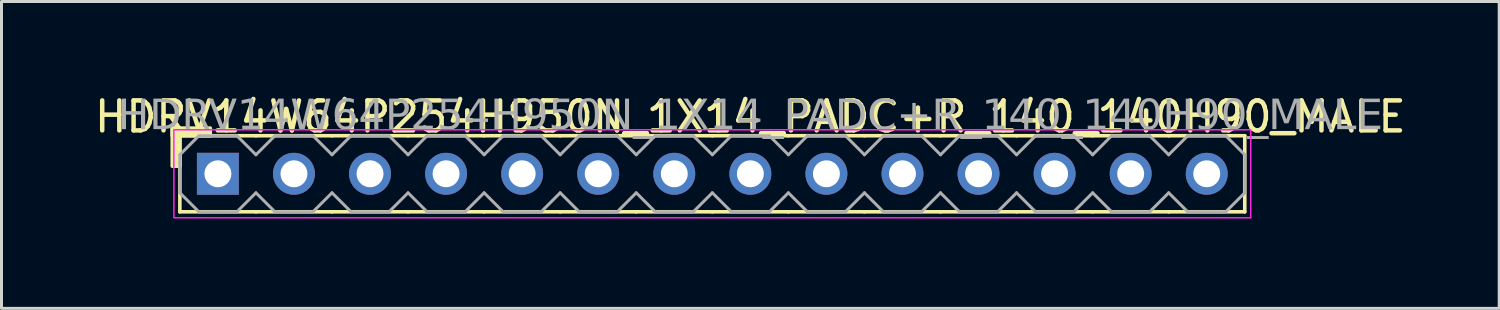
<source format=kicad_pcb>
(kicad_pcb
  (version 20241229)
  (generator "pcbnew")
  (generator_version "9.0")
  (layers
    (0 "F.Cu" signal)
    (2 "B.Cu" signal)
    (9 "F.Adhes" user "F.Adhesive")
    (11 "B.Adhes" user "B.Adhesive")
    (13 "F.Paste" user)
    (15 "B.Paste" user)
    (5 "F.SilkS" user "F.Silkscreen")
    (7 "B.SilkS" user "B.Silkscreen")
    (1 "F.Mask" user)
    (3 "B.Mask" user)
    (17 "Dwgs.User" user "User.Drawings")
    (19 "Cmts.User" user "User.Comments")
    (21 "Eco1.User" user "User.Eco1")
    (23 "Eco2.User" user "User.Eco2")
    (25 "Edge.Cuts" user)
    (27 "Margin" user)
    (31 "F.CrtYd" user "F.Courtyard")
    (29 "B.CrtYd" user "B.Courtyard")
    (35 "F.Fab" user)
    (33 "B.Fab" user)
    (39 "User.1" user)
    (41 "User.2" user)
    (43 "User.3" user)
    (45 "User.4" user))
  (footprint "HDRV14W64P254H950N_1X14_PADC+R_140_140H90_MALE"
    (layer "F.Cu")
    (at 20.736 2.753)
    (property "Reference" "HDRV14W64P254H950N_1X14_PADC+R_140_140H90_MALE" (at 1.27 -1.905 0) (layer "F.SilkS") (effects (font (size 1 1) (thickness 0.15))))
    (attr through_hole)
    (fp_line (start -17.78 1.27) (end -17.78 -1.27) (stroke (width 0.12) (type solid)) (layer "F.SilkS"))
    (fp_line (start -15.24 -1.27) (end -17.78 -1.27) (stroke (width 0.12) (type solid)) (layer "F.SilkS"))
    (fp_line (start -15.24 1.27) (end -17.78 1.27) (stroke (width 0.12) (type solid)) (layer "F.SilkS"))
    (fp_line (start -12.7 -1.27) (end -15.24 -1.27) (stroke (width 0.12) (type solid)) (layer "F.SilkS"))
    (fp_line (start -12.7 1.27) (end -15.24 1.27) (stroke (width 0.12) (type solid)) (layer "F.SilkS"))
    (fp_line (start -10.16 -1.27) (end -12.7 -1.27) (stroke (width 0.12) (type solid)) (layer "F.SilkS"))
    (fp_line (start -10.16 1.27) (end -12.7 1.27) (stroke (width 0.12) (type solid)) (layer "F.SilkS"))
    (fp_line (start -7.62 -1.27) (end -10.16 -1.27) (stroke (width 0.12) (type solid)) (layer "F.SilkS"))
    (fp_line (start -7.62 1.27) (end -10.16 1.27) (stroke (width 0.12) (type solid)) (layer "F.SilkS"))
    (fp_line (start -5.08 -1.27) (end -7.62 -1.27) (stroke (width 0.12) (type solid)) (layer "F.SilkS"))
    (fp_line (start -5.08 1.27) (end -7.62 1.27) (stroke (width 0.12) (type solid)) (layer "F.SilkS"))
    (fp_line (start -2.54 -1.27) (end -5.08 -1.27) (stroke (width 0.12) (type solid)) (layer "F.SilkS"))
    (fp_line (start -2.54 1.27) (end -5.08 1.27) (stroke (width 0.12) (type solid)) (layer "F.SilkS"))
    (fp_line (start 0 -1.27) (end -2.54 -1.27) (stroke (width 0.12) (type solid)) (layer "F.SilkS"))
    (fp_line (start 0 1.27) (end -2.54 1.27) (stroke (width 0.12) (type solid)) (layer "F.SilkS"))
    (fp_line (start 2.54 -1.27) (end 0 -1.27) (stroke (width 0.12) (type solid)) (layer "F.SilkS"))
    (fp_line (start 2.54 1.27) (end 0 1.27) (stroke (width 0.12) (type solid)) (layer "F.SilkS"))
    (fp_line (start 5.08 -1.27) (end 2.54 -1.27) (stroke (width 0.12) (type solid)) (layer "F.SilkS"))
    (fp_line (start 5.08 1.27) (end 2.54 1.27) (stroke (width 0.12) (type solid)) (layer "F.SilkS"))
    (fp_line (start 7.62 -1.27) (end 5.08 -1.27) (stroke (width 0.12) (type solid)) (layer "F.SilkS"))
    (fp_line (start 7.62 1.27) (end 5.08 1.27) (stroke (width 0.12) (type solid)) (layer "F.SilkS"))
    (fp_line (start 10.16 -1.27) (end 7.62 -1.27) (stroke (width 0.12) (type solid)) (layer "F.SilkS"))
    (fp_line (start 10.16 1.27) (end 7.62 1.27) (stroke (width 0.12) (type solid)) (layer "F.SilkS"))
    (fp_line (start 12.7 -1.27) (end 10.16 -1.27) (stroke (width 0.12) (type solid)) (layer "F.SilkS"))
    (fp_line (start 12.7 1.27) (end 10.16 1.27) (stroke (width 0.12) (type solid)) (layer "F.SilkS"))
    (fp_line (start 15.24 -1.27) (end 12.7 -1.27) (stroke (width 0.12) (type solid)) (layer "F.SilkS"))
    (fp_line (start 15.24 1.27) (end 12.7 1.27) (stroke (width 0.12) (type solid)) (layer "F.SilkS"))
    (fp_line (start 17.78 -1.27) (end 15.24 -1.27) (stroke (width 0.12) (type solid)) (layer "F.SilkS"))
    (fp_line (start 17.78 1.27) (end 15.24 1.27) (stroke (width 0.12) (type solid)) (layer "F.SilkS"))
    (fp_line (start 17.78 1.27) (end 17.78 -1.27) (stroke (width 0.12) (type solid)) (layer "F.SilkS"))
    (fp_rect (start -18.034 -0.254) (end -17.78 -1.524) (stroke (width 0.12) (type solid)) (fill yes) (layer "F.SilkS"))
    (fp_rect (start -16.764 -1.27) (end -18.034 -1.524) (stroke (width 0.12) (type solid)) (fill yes) (layer "F.SilkS"))
    (fp_rect (start -17.98 -1.47) (end 17.98 1.47) (stroke (width 0.05) (type default)) (fill no) (layer "F.CrtYd"))
    (fp_line (start -17.78 -0.635) (end -17.78 0.635) (stroke (width 0.1) (type solid)) (layer "F.Fab"))
    (fp_line (start -17.78 -0.635) (end -17.145 -1.27) (stroke (width 0.1) (type solid)) (layer "F.Fab"))
    (fp_line (start -17.145 -1.27) (end -15.875 -1.27) (stroke (width 0.1) (type solid)) (layer "F.Fab"))
    (fp_line (start -17.145 1.27) (end -17.78 0.635) (stroke (width 0.1) (type solid)) (layer "F.Fab"))
    (fp_line (start -15.875 -1.27) (end -15.24 -0.635) (stroke (width 0.1) (type solid)) (layer "F.Fab"))
    (fp_line (start -15.875 1.27) (end -17.145 1.27) (stroke (width 0.1) (type solid)) (layer "F.Fab"))
    (fp_line (start -15.24 -0.635) (end -14.605 -1.27) (stroke (width 0.1) (type solid)) (layer "F.Fab"))
    (fp_line (start -15.24 0.635) (end -15.875 1.27) (stroke (width 0.1) (type solid)) (layer "F.Fab"))
    (fp_line (start -14.605 -1.27) (end -13.335 -1.27) (stroke (width 0.1) (type solid)) (layer "F.Fab"))
    (fp_line (start -14.605 1.27) (end -15.24 0.635) (stroke (width 0.1) (type solid)) (layer "F.Fab"))
    (fp_line (start -13.335 -1.27) (end -12.7 -0.635) (stroke (width 0.1) (type solid)) (layer "F.Fab"))
    (fp_line (start -13.335 1.27) (end -14.605 1.27) (stroke (width 0.1) (type solid)) (layer "F.Fab"))
    (fp_line (start -12.7 -0.635) (end -12.065 -1.27) (stroke (width 0.1) (type solid)) (layer "F.Fab"))
    (fp_line (start -12.7 0.635) (end -13.335 1.27) (stroke (width 0.1) (type solid)) (layer "F.Fab"))
    (fp_line (start -12.065 -1.27) (end -10.795 -1.27) (stroke (width 0.1) (type solid)) (layer "F.Fab"))
    (fp_line (start -12.065 1.27) (end -12.7 0.635) (stroke (width 0.1) (type solid)) (layer "F.Fab"))
    (fp_line (start -10.795 -1.27) (end -10.16 -0.635) (stroke (width 0.1) (type solid)) (layer "F.Fab"))
    (fp_line (start -10.795 1.27) (end -12.065 1.27) (stroke (width 0.1) (type solid)) (layer "F.Fab"))
    (fp_line (start -10.16 -0.635) (end -9.525 -1.27) (stroke (width 0.1) (type solid)) (layer "F.Fab"))
    (fp_line (start -10.16 0.635) (end -10.795 1.27) (stroke (width 0.1) (type solid)) (layer "F.Fab"))
    (fp_line (start -9.525 -1.27) (end -8.255 -1.27) (stroke (width 0.1) (type solid)) (layer "F.Fab"))
    (fp_line (start -9.525 1.27) (end -10.16 0.635) (stroke (width 0.1) (type solid)) (layer "F.Fab"))
    (fp_line (start -8.255 -1.27) (end -7.62 -0.635) (stroke (width 0.1) (type solid)) (layer "F.Fab"))
    (fp_line (start -8.255 1.27) (end -9.525 1.27) (stroke (width 0.1) (type solid)) (layer "F.Fab"))
    (fp_line (start -7.62 -0.635) (end -6.985 -1.27) (stroke (width 0.1) (type solid)) (layer "F.Fab"))
    (fp_line (start -7.62 0.635) (end -8.255 1.27) (stroke (width 0.1) (type solid)) (layer "F.Fab"))
    (fp_line (start -6.985 -1.27) (end -5.715 -1.27) (stroke (width 0.1) (type solid)) (layer "F.Fab"))
    (fp_line (start -6.985 1.27) (end -7.62 0.635) (stroke (width 0.1) (type solid)) (layer "F.Fab"))
    (fp_line (start -5.715 -1.27) (end -5.08 -0.635) (stroke (width 0.1) (type solid)) (layer "F.Fab"))
    (fp_line (start -5.715 1.27) (end -6.985 1.27) (stroke (width 0.1) (type solid)) (layer "F.Fab"))
    (fp_line (start -5.08 -0.635) (end -4.445 -1.27) (stroke (width 0.1) (type solid)) (layer "F.Fab"))
    (fp_line (start -5.08 0.635) (end -5.715 1.27) (stroke (width 0.1) (type solid)) (layer "F.Fab"))
    (fp_line (start -4.445 -1.27) (end -3.175 -1.27) (stroke (width 0.1) (type solid)) (layer "F.Fab"))
    (fp_line (start -4.445 1.27) (end -5.08 0.635) (stroke (width 0.1) (type solid)) (layer "F.Fab"))
    (fp_line (start -3.175 -1.27) (end -2.54 -0.635) (stroke (width 0.1) (type solid)) (layer "F.Fab"))
    (fp_line (start -3.175 1.27) (end -4.445 1.27) (stroke (width 0.1) (type solid)) (layer "F.Fab"))
    (fp_line (start -2.54 -0.635) (end -1.905 -1.27) (stroke (width 0.1) (type solid)) (layer "F.Fab"))
    (fp_line (start -2.54 0.635) (end -3.175 1.27) (stroke (width 0.1) (type solid)) (layer "F.Fab"))
    (fp_line (start -1.905 -1.27) (end -0.635 -1.27) (stroke (width 0.1) (type solid)) (layer "F.Fab"))
    (fp_line (start -1.905 1.27) (end -2.54 0.635) (stroke (width 0.1) (type solid)) (layer "F.Fab"))
    (fp_line (start -0.635 -1.27) (end 0 -0.635) (stroke (width 0.1) (type solid)) (layer "F.Fab"))
    (fp_line (start -0.635 1.27) (end -1.905 1.27) (stroke (width 0.1) (type solid)) (layer "F.Fab"))
    (fp_line (start 0 -0.635) (end 0.635 -1.27) (stroke (width 0.1) (type solid)) (layer "F.Fab"))
    (fp_line (start 0 0.635) (end -0.635 1.27) (stroke (width 0.1) (type solid)) (layer "F.Fab"))
    (fp_line (start 0.635 -1.27) (end 1.905 -1.27) (stroke (width 0.1) (type solid)) (layer "F.Fab"))
    (fp_line (start 0.635 1.27) (end 0 0.635) (stroke (width 0.1) (type solid)) (layer "F.Fab"))
    (fp_line (start 1.905 -1.27) (end 2.54 -0.635) (stroke (width 0.1) (type solid)) (layer "F.Fab"))
    (fp_line (start 1.905 1.27) (end 0.635 1.27) (stroke (width 0.1) (type solid)) (layer "F.Fab"))
    (fp_line (start 2.54 -0.635) (end 3.175 -1.27) (stroke (width 0.1) (type solid)) (layer "F.Fab"))
    (fp_line (start 2.54 0.635) (end 1.905 1.27) (stroke (width 0.1) (type solid)) (layer "F.Fab"))
    (fp_line (start 3.175 -1.27) (end 4.445 -1.27) (stroke (width 0.1) (type solid)) (layer "F.Fab"))
    (fp_line (start 3.175 1.27) (end 2.54 0.635) (stroke (width 0.1) (type solid)) (layer "F.Fab"))
    (fp_line (start 4.445 -1.27) (end 5.08 -0.635) (stroke (width 0.1) (type solid)) (layer "F.Fab"))
    (fp_line (start 4.445 1.27) (end 3.175 1.27) (stroke (width 0.1) (type solid)) (layer "F.Fab"))
    (fp_line (start 5.08 -0.635) (end 5.715 -1.27) (stroke (width 0.1) (type solid)) (layer "F.Fab"))
    (fp_line (start 5.08 0.635) (end 4.445 1.27) (stroke (width 0.1) (type solid)) (layer "F.Fab"))
    (fp_line (start 5.715 -1.27) (end 6.985 -1.27) (stroke (width 0.1) (type solid)) (layer "F.Fab"))
    (fp_line (start 5.715 1.27) (end 5.08 0.635) (stroke (width 0.1) (type solid)) (layer "F.Fab"))
    (fp_line (start 6.985 -1.27) (end 7.62 -0.635) (stroke (width 0.1) (type solid)) (layer "F.Fab"))
    (fp_line (start 6.985 1.27) (end 5.715 1.27) (stroke (width 0.1) (type solid)) (layer "F.Fab"))
    (fp_line (start 7.62 -0.635) (end 8.255 -1.27) (stroke (width 0.1) (type solid)) (layer "F.Fab"))
    (fp_line (start 7.62 0.635) (end 6.985 1.27) (stroke (width 0.1) (type solid)) (layer "F.Fab"))
    (fp_line (start 8.255 -1.27) (end 9.525 -1.27) (stroke (width 0.1) (type solid)) (layer "F.Fab"))
    (fp_line (start 8.255 1.27) (end 7.62 0.635) (stroke (width 0.1) (type solid)) (layer "F.Fab"))
    (fp_line (start 9.525 -1.27) (end 10.16 -0.635) (stroke (width 0.1) (type solid)) (layer "F.Fab"))
    (fp_line (start 9.525 1.27) (end 8.255 1.27) (stroke (width 0.1) (type solid)) (layer "F.Fab"))
    (fp_line (start 10.16 -0.635) (end 10.795 -1.27) (stroke (width 0.1) (type solid)) (layer "F.Fab"))
    (fp_line (start 10.16 0.635) (end 9.525 1.27) (stroke (width 0.1) (type solid)) (layer "F.Fab"))
    (fp_line (start 10.795 -1.27) (end 12.065 -1.27) (stroke (width 0.1) (type solid)) (layer "F.Fab"))
    (fp_line (start 10.795 1.27) (end 10.16 0.635) (stroke (width 0.1) (type solid)) (layer "F.Fab"))
    (fp_line (start 12.065 -1.27) (end 12.7 -0.635) (stroke (width 0.1) (type solid)) (layer "F.Fab"))
    (fp_line (start 12.065 1.27) (end 10.795 1.27) (stroke (width 0.1) (type solid)) (layer "F.Fab"))
    (fp_line (start 12.7 -0.635) (end 13.335 -1.27) (stroke (width 0.1) (type solid)) (layer "F.Fab"))
    (fp_line (start 12.7 0.635) (end 12.065 1.27) (stroke (width 0.1) (type solid)) (layer "F.Fab"))
    (fp_line (start 13.335 -1.27) (end 14.605 -1.27) (stroke (width 0.1) (type solid)) (layer "F.Fab"))
    (fp_line (start 13.335 1.27) (end 12.7 0.635) (stroke (width 0.1) (type solid)) (layer "F.Fab"))
    (fp_line (start 14.605 -1.27) (end 15.24 -0.635) (stroke (width 0.1) (type solid)) (layer "F.Fab"))
    (fp_line (start 14.605 1.27) (end 13.335 1.27) (stroke (width 0.1) (type solid)) (layer "F.Fab"))
    (fp_line (start 15.24 -0.635) (end 15.875 -1.27) (stroke (width 0.1) (type solid)) (layer "F.Fab"))
    (fp_line (start 15.24 0.635) (end 14.605 1.27) (stroke (width 0.1) (type solid)) (layer "F.Fab"))
    (fp_line (start 15.875 -1.27) (end 17.145 -1.27) (stroke (width 0.1) (type solid)) (layer "F.Fab"))
    (fp_line (start 15.875 1.27) (end 15.24 0.635) (stroke (width 0.1) (type solid)) (layer "F.Fab"))
    (fp_line (start 17.145 -1.27) (end 17.78 -0.635) (stroke (width 0.1) (type solid)) (layer "F.Fab"))
    (fp_line (start 17.145 1.27) (end 15.875 1.27) (stroke (width 0.1) (type solid)) (layer "F.Fab"))
    (fp_line (start 17.78 -0.635) (end 17.78 0.635) (stroke (width 0.1) (type solid)) (layer "F.Fab"))
    (fp_line (start 17.78 0.635) (end 17.145 1.27) (stroke (width 0.1) (type solid)) (layer "F.Fab"))
    (fp_rect (start -16.256 -0.254) (end -16.764 0.254) (stroke (width 0.1) (type solid)) (fill no) (layer "F.Fab"))
    (fp_rect (start -13.716 -0.254) (end -14.224 0.254) (stroke (width 0.1) (type solid)) (fill no) (layer "F.Fab"))
    (fp_rect (start -11.176 -0.254) (end -11.684 0.254) (stroke (width 0.1) (type solid)) (fill no) (layer "F.Fab"))
    (fp_rect (start -8.636 -0.254) (end -9.144 0.254) (stroke (width 0.1) (type solid)) (fill no) (layer "F.Fab"))
    (fp_rect (start -6.096 -0.254) (end -6.604 0.254) (stroke (width 0.1) (type solid)) (fill no) (layer "F.Fab"))
    (fp_rect (start -3.556 -0.254) (end -4.064 0.254) (stroke (width 0.1) (type solid)) (fill no) (layer "F.Fab"))
    (fp_rect (start -1.016 -0.254) (end -1.524 0.254) (stroke (width 0.1) (type solid)) (fill no) (layer "F.Fab"))
    (fp_rect (start 1.524 -0.254) (end 1.016 0.254) (stroke (width 0.1) (type solid)) (fill no) (layer "F.Fab"))
    (fp_rect (start 4.064 -0.254) (end 3.556 0.254) (stroke (width 0.1) (type solid)) (fill no) (layer "F.Fab"))
    (fp_rect (start 6.604 -0.254) (end 6.096 0.254) (stroke (width 0.1) (type solid)) (fill no) (layer "F.Fab"))
    (fp_rect (start 9.144 -0.254) (end 8.636 0.254) (stroke (width 0.1) (type solid)) (fill no) (layer "F.Fab"))
    (fp_rect (start 11.684 -0.254) (end 11.176 0.254) (stroke (width 0.1) (type solid)) (fill no) (layer "F.Fab"))
    (fp_rect (start 14.224 -0.254) (end 13.716 0.254) (stroke (width 0.1) (type solid)) (fill no) (layer "F.Fab"))
    (fp_rect (start 16.764 -0.254) (end 16.256 0.254) (stroke (width 0.1) (type solid)) (fill no) (layer "F.Fab"))
    (fp_text user "${REFERENCE}" (at 1.27 -1.905 0) (layer "F.Fab") (effects (font (face "Tahoma") (size 1 1) (thickness 0.15))))
    (pad "1" thru_hole rect (at -16.51 0) (size 1.4 1.4) (drill 0.9) (layers "*.Cu" "*.Mask"))
    (pad "2" thru_hole circle (at -13.97 0) (size 1.4 1.4) (drill 0.9) (layers "*.Cu" "*.Mask"))
    (pad "3" thru_hole circle (at -11.43 0) (size 1.4 1.4) (drill 0.9) (layers "*.Cu" "*.Mask"))
    (pad "4" thru_hole circle (at -8.89 0) (size 1.4 1.4) (drill 0.9) (layers "*.Cu" "*.Mask"))
    (pad "5" thru_hole circle (at -6.35 0) (size 1.4 1.4) (drill 0.9) (layers "*.Cu" "*.Mask"))
    (pad "6" thru_hole circle (at -3.81 0) (size 1.4 1.4) (drill 0.9) (layers "*.Cu" "*.Mask"))
    (pad "7" thru_hole circle (at -1.27 0) (size 1.4 1.4) (drill 0.9) (layers "*.Cu" "*.Mask"))
    (pad "8" thru_hole circle (at 1.27 0) (size 1.4 1.4) (drill 0.9) (layers "*.Cu" "*.Mask"))
    (pad "9" thru_hole circle (at 3.81 0) (size 1.4 1.4) (drill 0.9) (layers "*.Cu" "*.Mask"))
    (pad "10" thru_hole circle (at 6.35 0) (size 1.4 1.4) (drill 0.9) (layers "*.Cu" "*.Mask"))
    (pad "11" thru_hole circle (at 8.89 0) (size 1.4 1.4) (drill 0.9) (layers "*.Cu" "*.Mask"))
    (pad "12" thru_hole circle (at 11.43 0) (size 1.4 1.4) (drill 0.9) (layers "*.Cu" "*.Mask"))
    (pad "13" thru_hole circle (at 13.97 0) (size 1.4 1.4) (drill 0.9) (layers "*.Cu" "*.Mask"))
    (pad "14" thru_hole circle (at 16.51 0) (size 1.4 1.4) (drill 0.9) (layers "*.Cu" "*.Mask")))
  (gr_rect
    (start -3 -3)
    (end 47.012 7.248)
    (stroke (width 0.1) (type default))
    (fill no)
    (layer "Edge.Cuts")))
</source>
